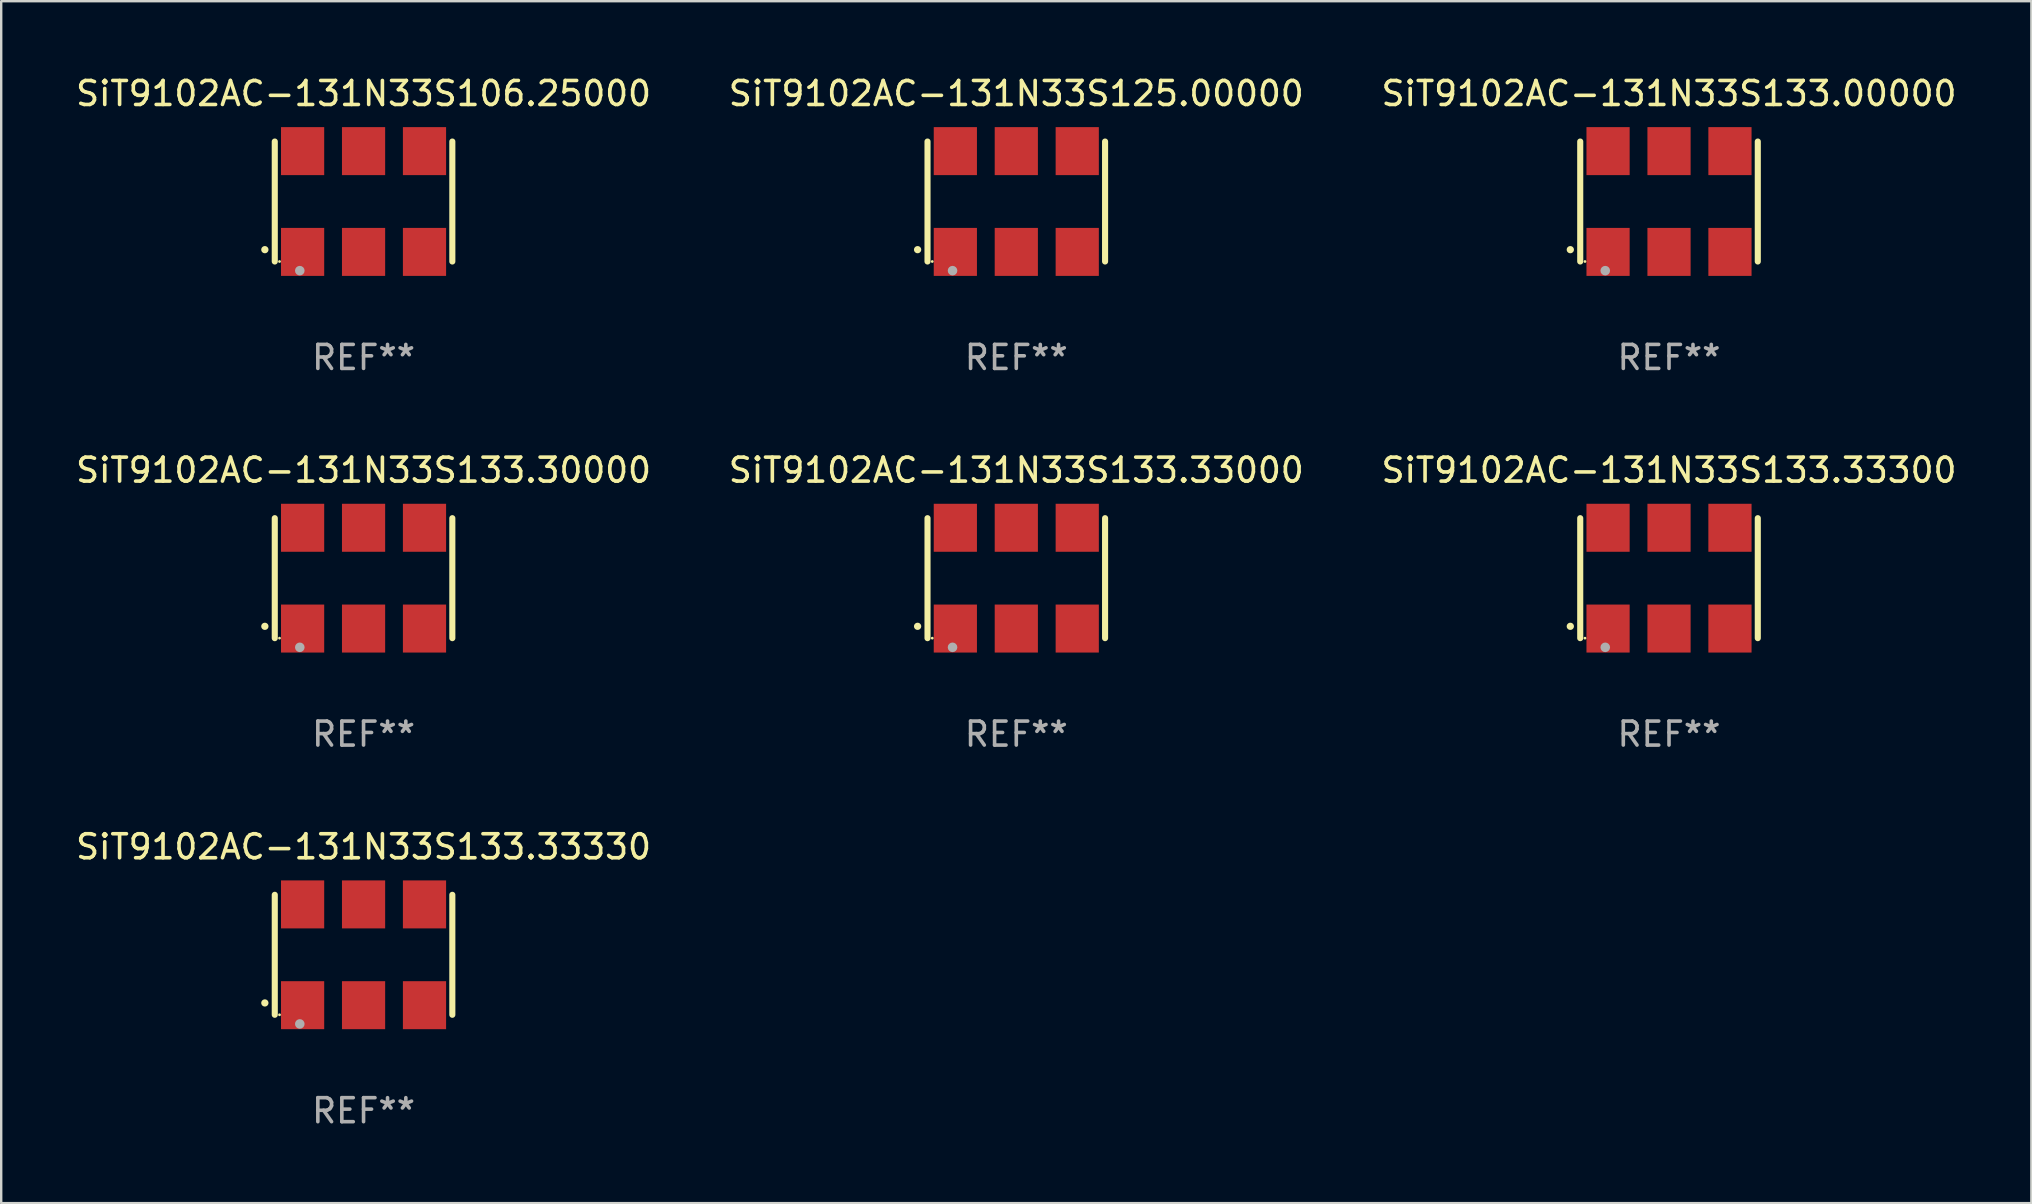
<source format=kicad_pcb>
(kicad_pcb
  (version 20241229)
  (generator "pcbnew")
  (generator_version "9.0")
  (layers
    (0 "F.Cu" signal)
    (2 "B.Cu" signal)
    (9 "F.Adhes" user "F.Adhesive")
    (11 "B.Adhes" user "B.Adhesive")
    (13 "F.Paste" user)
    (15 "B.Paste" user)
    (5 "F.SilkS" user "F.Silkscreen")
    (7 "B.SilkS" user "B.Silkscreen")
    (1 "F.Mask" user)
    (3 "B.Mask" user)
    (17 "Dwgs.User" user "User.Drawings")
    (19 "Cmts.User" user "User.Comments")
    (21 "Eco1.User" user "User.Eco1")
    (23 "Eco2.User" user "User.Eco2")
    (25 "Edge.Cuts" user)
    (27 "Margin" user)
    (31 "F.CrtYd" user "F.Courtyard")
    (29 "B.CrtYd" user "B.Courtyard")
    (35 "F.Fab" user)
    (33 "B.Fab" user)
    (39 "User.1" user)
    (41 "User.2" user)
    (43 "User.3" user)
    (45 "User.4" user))
  (footprint "SiT9102AC-131N33S125.00000"
    (layer "F.Cu")
    (at 39.304 5.348)
    (property "Reference" "SiT9102AC-131N33S125.00000" (at 0 -4.5 0) (layer "F.SilkS") (effects (font (size 1 1) (thickness 0.15))))
    (attr through_hole)
    (fp_line (start -3.7 -2.5) (end -3.7 2.5) (stroke (width 0.254) (type solid)) (layer "F.SilkS"))
    (fp_line (start 3.7 -2.5) (end 3.7 2.5) (stroke (width 0.254) (type solid)) (layer "F.SilkS"))
    (fp_arc (start -4.114415 2.006604) (mid -4.113145 2.006599) (end -4.111875 2.006604) (stroke (width 0.3) (type solid)) (layer "F.SilkS"))
    (fp_circle (center -3.502 2.5) (end -3.472 2.5) (stroke (width 0.06) (type solid)) (fill no) (layer "F.SilkS"))
    (fp_circle (center -2.657 2.882) (end -2.557 2.882) (stroke (width 0.2) (type solid)) (fill no) (layer "F.Fab"))
    (fp_text user "REF**" (at 0 6.5 0) (layer "F.Fab") (effects (font (size 1 1) (thickness 0.15))))
    (pad "1" smd rect (at -2.54 2.1) (size 1.8 2) (layers "F.Cu" "F.Mask" "F.Paste"))
    (pad "2" smd rect (at 0.000394 2.1) (size 1.8 2) (layers "F.Cu" "F.Mask" "F.Paste"))
    (pad "3" smd rect (at 2.54 2.1) (size 1.8 2) (layers "F.Cu" "F.Mask" "F.Paste"))
    (pad "4" smd rect (at 2.54 -2.1) (size 1.8 2) (layers "F.Cu" "F.Mask" "F.Paste"))
    (pad "5" smd rect (at 0.000394 -2.1) (size 1.8 2) (layers "F.Cu" "F.Mask" "F.Paste"))
    (pad "6" smd rect (at -2.54 -2.1) (size 1.8 2) (layers "F.Cu" "F.Mask" "F.Paste")))
  (footprint "SiT9102AC-131N33S133.33000"
    (layer "F.Cu")
    (at 39.304 21.045)
    (property "Reference" "SiT9102AC-131N33S133.33000" (at 0 -4.5 0) (layer "F.SilkS") (effects (font (size 1 1) (thickness 0.15))))
    (attr through_hole)
    (fp_line (start -3.7 -2.5) (end -3.7 2.5) (stroke (width 0.254) (type solid)) (layer "F.SilkS"))
    (fp_line (start 3.7 -2.5) (end 3.7 2.5) (stroke (width 0.254) (type solid)) (layer "F.SilkS"))
    (fp_arc (start -4.114415 2.006604) (mid -4.113145 2.006599) (end -4.111875 2.006604) (stroke (width 0.3) (type solid)) (layer "F.SilkS"))
    (fp_circle (center -3.502 2.5) (end -3.472 2.5) (stroke (width 0.06) (type solid)) (fill no) (layer "F.SilkS"))
    (fp_circle (center -2.657 2.882) (end -2.557 2.882) (stroke (width 0.2) (type solid)) (fill no) (layer "F.Fab"))
    (fp_text user "REF**" (at 0 6.5 0) (layer "F.Fab") (effects (font (size 1 1) (thickness 0.15))))
    (pad "1" smd rect (at -2.54 2.1) (size 1.8 2) (layers "F.Cu" "F.Mask" "F.Paste"))
    (pad "2" smd rect (at 0.000394 2.1) (size 1.8 2) (layers "F.Cu" "F.Mask" "F.Paste"))
    (pad "3" smd rect (at 2.54 2.1) (size 1.8 2) (layers "F.Cu" "F.Mask" "F.Paste"))
    (pad "4" smd rect (at 2.54 -2.1) (size 1.8 2) (layers "F.Cu" "F.Mask" "F.Paste"))
    (pad "5" smd rect (at 0.000394 -2.1) (size 1.8 2) (layers "F.Cu" "F.Mask" "F.Paste"))
    (pad "6" smd rect (at -2.54 -2.1) (size 1.8 2) (layers "F.Cu" "F.Mask" "F.Paste")))
  (footprint "SiT9102AC-131N33S133.30000"
    (layer "F.Cu")
    (at 12.101 21.045)
    (property "Reference" "SiT9102AC-131N33S133.30000" (at 0 -4.5 0) (layer "F.SilkS") (effects (font (size 1 1) (thickness 0.15))))
    (attr through_hole)
    (fp_line (start -3.7 -2.5) (end -3.7 2.5) (stroke (width 0.254) (type solid)) (layer "F.SilkS"))
    (fp_line (start 3.7 -2.5) (end 3.7 2.5) (stroke (width 0.254) (type solid)) (layer "F.SilkS"))
    (fp_arc (start -4.114415 2.006604) (mid -4.113145 2.006599) (end -4.111875 2.006604) (stroke (width 0.3) (type solid)) (layer "F.SilkS"))
    (fp_circle (center -3.502 2.5) (end -3.472 2.5) (stroke (width 0.06) (type solid)) (fill no) (layer "F.SilkS"))
    (fp_circle (center -2.657 2.882) (end -2.557 2.882) (stroke (width 0.2) (type solid)) (fill no) (layer "F.Fab"))
    (fp_text user "REF**" (at 0 6.5 0) (layer "F.Fab") (effects (font (size 1 1) (thickness 0.15))))
    (pad "1" smd rect (at -2.54 2.1) (size 1.8 2) (layers "F.Cu" "F.Mask" "F.Paste"))
    (pad "2" smd rect (at 0.000394 2.1) (size 1.8 2) (layers "F.Cu" "F.Mask" "F.Paste"))
    (pad "3" smd rect (at 2.54 2.1) (size 1.8 2) (layers "F.Cu" "F.Mask" "F.Paste"))
    (pad "4" smd rect (at 2.54 -2.1) (size 1.8 2) (layers "F.Cu" "F.Mask" "F.Paste"))
    (pad "5" smd rect (at 0.000394 -2.1) (size 1.8 2) (layers "F.Cu" "F.Mask" "F.Paste"))
    (pad "6" smd rect (at -2.54 -2.1) (size 1.8 2) (layers "F.Cu" "F.Mask" "F.Paste")))
  (footprint "SiT9102AC-131N33S133.33300"
    (layer "F.Cu")
    (at 66.506 21.045)
    (property "Reference" "SiT9102AC-131N33S133.33300" (at 0 -4.5 0) (layer "F.SilkS") (effects (font (size 1 1) (thickness 0.15))))
    (attr through_hole)
    (fp_line (start -3.7 -2.5) (end -3.7 2.5) (stroke (width 0.254) (type solid)) (layer "F.SilkS"))
    (fp_line (start 3.7 -2.5) (end 3.7 2.5) (stroke (width 0.254) (type solid)) (layer "F.SilkS"))
    (fp_arc (start -4.114415 2.006604) (mid -4.113145 2.006599) (end -4.111875 2.006604) (stroke (width 0.3) (type solid)) (layer "F.SilkS"))
    (fp_circle (center -3.502 2.5) (end -3.472 2.5) (stroke (width 0.06) (type solid)) (fill no) (layer "F.SilkS"))
    (fp_circle (center -2.657 2.882) (end -2.557 2.882) (stroke (width 0.2) (type solid)) (fill no) (layer "F.Fab"))
    (fp_text user "REF**" (at 0 6.5 0) (layer "F.Fab") (effects (font (size 1 1) (thickness 0.15))))
    (pad "1" smd rect (at -2.54 2.1) (size 1.8 2) (layers "F.Cu" "F.Mask" "F.Paste"))
    (pad "2" smd rect (at 0.000394 2.1) (size 1.8 2) (layers "F.Cu" "F.Mask" "F.Paste"))
    (pad "3" smd rect (at 2.54 2.1) (size 1.8 2) (layers "F.Cu" "F.Mask" "F.Paste"))
    (pad "4" smd rect (at 2.54 -2.1) (size 1.8 2) (layers "F.Cu" "F.Mask" "F.Paste"))
    (pad "5" smd rect (at 0.000394 -2.1) (size 1.8 2) (layers "F.Cu" "F.Mask" "F.Paste"))
    (pad "6" smd rect (at -2.54 -2.1) (size 1.8 2) (layers "F.Cu" "F.Mask" "F.Paste")))
  (footprint "SiT9102AC-131N33S133.00000"
    (layer "F.Cu")
    (at 66.506 5.348)
    (property "Reference" "SiT9102AC-131N33S133.00000" (at 0 -4.5 0) (layer "F.SilkS") (effects (font (size 1 1) (thickness 0.15))))
    (attr through_hole)
    (fp_line (start -3.7 -2.5) (end -3.7 2.5) (stroke (width 0.254) (type solid)) (layer "F.SilkS"))
    (fp_line (start 3.7 -2.5) (end 3.7 2.5) (stroke (width 0.254) (type solid)) (layer "F.SilkS"))
    (fp_arc (start -4.114415 2.006604) (mid -4.113145 2.006599) (end -4.111875 2.006604) (stroke (width 0.3) (type solid)) (layer "F.SilkS"))
    (fp_circle (center -3.502 2.5) (end -3.472 2.5) (stroke (width 0.06) (type solid)) (fill no) (layer "F.SilkS"))
    (fp_circle (center -2.657 2.882) (end -2.557 2.882) (stroke (width 0.2) (type solid)) (fill no) (layer "F.Fab"))
    (fp_text user "REF**" (at 0 6.5 0) (layer "F.Fab") (effects (font (size 1 1) (thickness 0.15))))
    (pad "1" smd rect (at -2.54 2.1) (size 1.8 2) (layers "F.Cu" "F.Mask" "F.Paste"))
    (pad "2" smd rect (at 0.000394 2.1) (size 1.8 2) (layers "F.Cu" "F.Mask" "F.Paste"))
    (pad "3" smd rect (at 2.54 2.1) (size 1.8 2) (layers "F.Cu" "F.Mask" "F.Paste"))
    (pad "4" smd rect (at 2.54 -2.1) (size 1.8 2) (layers "F.Cu" "F.Mask" "F.Paste"))
    (pad "5" smd rect (at 0.000394 -2.1) (size 1.8 2) (layers "F.Cu" "F.Mask" "F.Paste"))
    (pad "6" smd rect (at -2.54 -2.1) (size 1.8 2) (layers "F.Cu" "F.Mask" "F.Paste")))
  (footprint "SiT9102AC-131N33S133.33330"
    (layer "F.Cu")
    (at 12.101 36.741)
    (property "Reference" "SiT9102AC-131N33S133.33330" (at 0 -4.5 0) (layer "F.SilkS") (effects (font (size 1 1) (thickness 0.15))))
    (attr through_hole)
    (fp_line (start -3.7 -2.5) (end -3.7 2.5) (stroke (width 0.254) (type solid)) (layer "F.SilkS"))
    (fp_line (start 3.7 -2.5) (end 3.7 2.5) (stroke (width 0.254) (type solid)) (layer "F.SilkS"))
    (fp_arc (start -4.114415 2.006604) (mid -4.113145 2.006599) (end -4.111875 2.006604) (stroke (width 0.3) (type solid)) (layer "F.SilkS"))
    (fp_circle (center -3.502 2.5) (end -3.472 2.5) (stroke (width 0.06) (type solid)) (fill no) (layer "F.SilkS"))
    (fp_circle (center -2.657 2.882) (end -2.557 2.882) (stroke (width 0.2) (type solid)) (fill no) (layer "F.Fab"))
    (fp_text user "REF**" (at 0 6.5 0) (layer "F.Fab") (effects (font (size 1 1) (thickness 0.15))))
    (pad "1" smd rect (at -2.54 2.1) (size 1.8 2) (layers "F.Cu" "F.Mask" "F.Paste"))
    (pad "2" smd rect (at 0.000394 2.1) (size 1.8 2) (layers "F.Cu" "F.Mask" "F.Paste"))
    (pad "3" smd rect (at 2.54 2.1) (size 1.8 2) (layers "F.Cu" "F.Mask" "F.Paste"))
    (pad "4" smd rect (at 2.54 -2.1) (size 1.8 2) (layers "F.Cu" "F.Mask" "F.Paste"))
    (pad "5" smd rect (at 0.000394 -2.1) (size 1.8 2) (layers "F.Cu" "F.Mask" "F.Paste"))
    (pad "6" smd rect (at -2.54 -2.1) (size 1.8 2) (layers "F.Cu" "F.Mask" "F.Paste")))
  (footprint "SiT9102AC-131N33S106.25000"
    (layer "F.Cu")
    (at 12.101 5.348)
    (property "Reference" "SiT9102AC-131N33S106.25000" (at 0 -4.5 0) (layer "F.SilkS") (effects (font (size 1 1) (thickness 0.15))))
    (attr through_hole)
    (fp_line (start -3.7 -2.5) (end -3.7 2.5) (stroke (width 0.254) (type solid)) (layer "F.SilkS"))
    (fp_line (start 3.7 -2.5) (end 3.7 2.5) (stroke (width 0.254) (type solid)) (layer "F.SilkS"))
    (fp_arc (start -4.114415 2.006604) (mid -4.113145 2.006599) (end -4.111875 2.006604) (stroke (width 0.3) (type solid)) (layer "F.SilkS"))
    (fp_circle (center -3.502 2.5) (end -3.472 2.5) (stroke (width 0.06) (type solid)) (fill no) (layer "F.SilkS"))
    (fp_circle (center -2.657 2.882) (end -2.557 2.882) (stroke (width 0.2) (type solid)) (fill no) (layer "F.Fab"))
    (fp_text user "REF**" (at 0 6.5 0) (layer "F.Fab") (effects (font (size 1 1) (thickness 0.15))))
    (pad "1" smd rect (at -2.54 2.1) (size 1.8 2) (layers "F.Cu" "F.Mask" "F.Paste"))
    (pad "2" smd rect (at 0.000394 2.1) (size 1.8 2) (layers "F.Cu" "F.Mask" "F.Paste"))
    (pad "3" smd rect (at 2.54 2.1) (size 1.8 2) (layers "F.Cu" "F.Mask" "F.Paste"))
    (pad "4" smd rect (at 2.54 -2.1) (size 1.8 2) (layers "F.Cu" "F.Mask" "F.Paste"))
    (pad "5" smd rect (at 0.000394 -2.1) (size 1.8 2) (layers "F.Cu" "F.Mask" "F.Paste"))
    (pad "6" smd rect (at -2.54 -2.1) (size 1.8 2) (layers "F.Cu" "F.Mask" "F.Paste")))
  (gr_rect
    (start -3 -3)
    (end 81.607 47.09)
    (stroke (width 0.1) (type default))
    (fill no)
    (layer "Edge.Cuts")))
</source>
